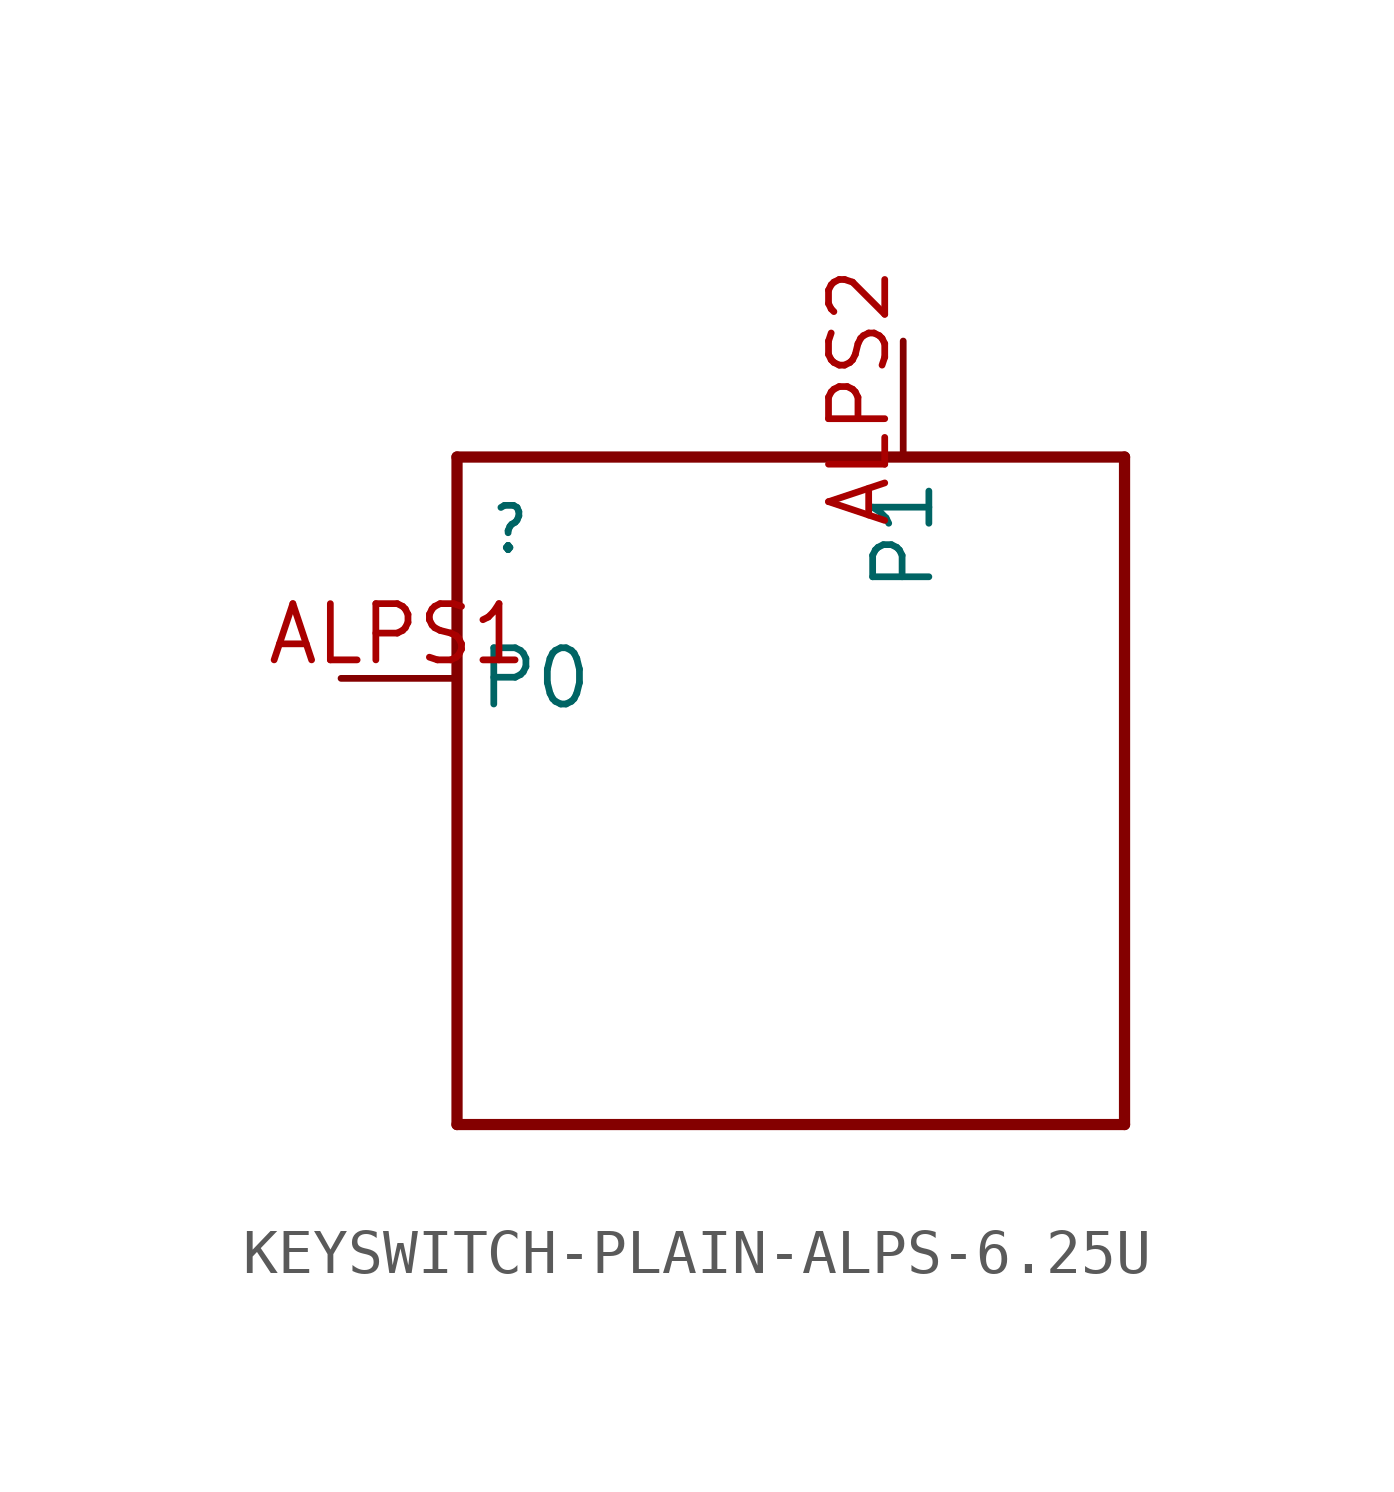
<source format=kicad_sym>
(kicad_symbol_lib
  (version 20211014)
  (generator kicad_symbol_editor)
  (symbol "KEYSWITCH-PLAIN-ALPS-6.25U"
    (property "Reference" ""
      (at -6.81 5.318 0)
      (effects (font (size 1 0.85)) (justify left bottom)))
    (property "ki_locked" ""
      (at 0 0 0)
      (effects (font (size 1.27 1.27))))
    (symbol "KEYSWITCH-PLAIN-ALPS-6.25U_1_0"
      (polyline (pts (xy -7.54 -7.54) (xy -7.54 7.54)) (stroke (width 0.254) (type default) (color 0 0 0 0)) (fill (type none)))
      (polyline (pts (xy -7.54 7.54) (xy 7.54 7.54)) (stroke (width 0.254) (type default) (color 0 0 0 0)) (fill (type none)))
      (polyline (pts (xy 7.54 -7.54) (xy -7.54 -7.54)) (stroke (width 0.254) (type default) (color 0 0 0 0)) (fill (type none)))
      (polyline (pts (xy 7.54 7.54) (xy 7.54 -7.54)) (stroke (width 0.254) (type default) (color 0 0 0 0)) (fill (type none)))
      (pin bidirectional line (at -10.16 2.54 0) (length 2.54) (name "P0" (effects (font (size 1.27 1.27)))) (number "ALPS1" (effects (font (size 1.27 1.27)))))
      (pin bidirectional line (at 2.54 10.16 270) (length 2.54) (name "P1" (effects (font (size 1.27 1.27)))) (number "ALPS2" (effects (font (size 1.27 1.27))))))))
</source>
